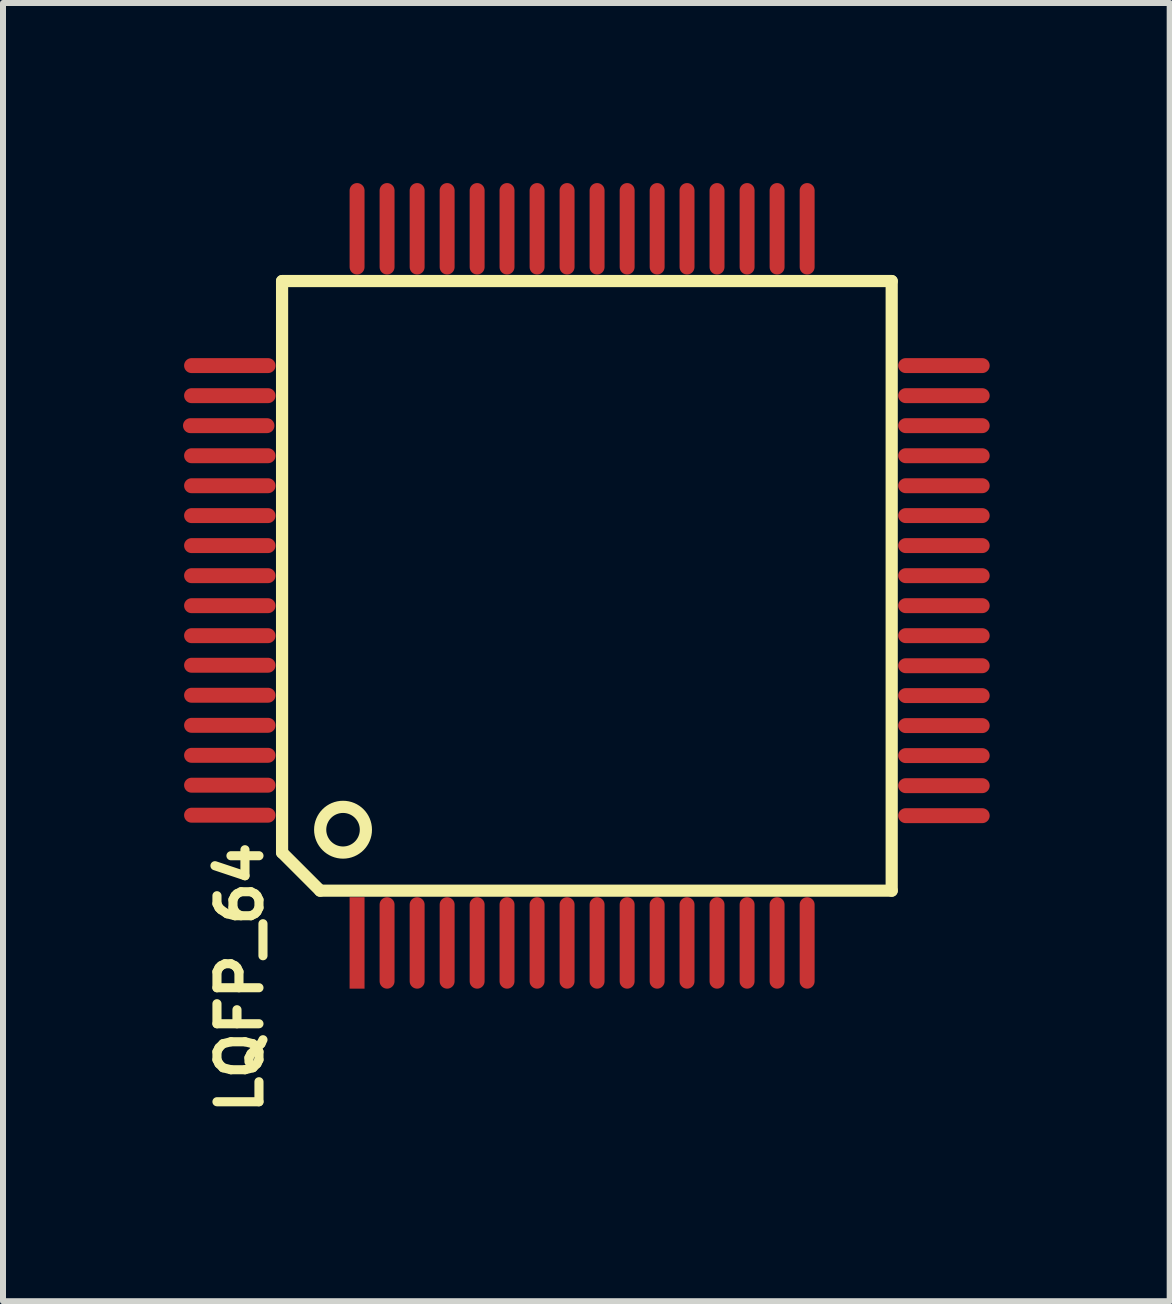
<source format=kicad_pcb>
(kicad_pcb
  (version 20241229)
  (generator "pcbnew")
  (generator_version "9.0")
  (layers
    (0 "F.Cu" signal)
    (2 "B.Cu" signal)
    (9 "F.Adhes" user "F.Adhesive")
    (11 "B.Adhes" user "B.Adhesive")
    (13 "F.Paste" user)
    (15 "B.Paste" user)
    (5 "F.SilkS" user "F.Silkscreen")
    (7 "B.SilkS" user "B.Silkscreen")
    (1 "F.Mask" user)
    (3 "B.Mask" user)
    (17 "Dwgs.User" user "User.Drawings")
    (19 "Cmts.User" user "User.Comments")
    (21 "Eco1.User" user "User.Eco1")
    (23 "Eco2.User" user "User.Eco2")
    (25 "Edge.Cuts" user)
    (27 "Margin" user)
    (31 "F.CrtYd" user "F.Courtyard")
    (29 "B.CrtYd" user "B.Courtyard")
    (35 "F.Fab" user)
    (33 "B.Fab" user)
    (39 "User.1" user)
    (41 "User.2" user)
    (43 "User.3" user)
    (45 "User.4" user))
  (footprint "LQFP_64"
    (layer "F.Cu")
    (at 6.65 6.795)
    (property "Reference" "LQFP_64" (at -5.7 6.45 90) (layer "F.SilkS") (effects (font (size 0.7 0.7) (thickness 0.152))))
    (attr through_hole)
    (fp_line (start -4.999 -5.161) (end -4.999 4.364) (stroke (width 0.203) (type solid)) (layer "F.SilkS"))
    (fp_line (start -4.999 4.364) (end -4.364 4.999) (stroke (width 0.203) (type solid)) (layer "F.SilkS"))
    (fp_line (start -4.364 4.999) (end 5.161 4.999) (stroke (width 0.203) (type solid)) (layer "F.SilkS"))
    (fp_line (start 5.161 -5.161) (end -4.999 -5.161) (stroke (width 0.203) (type solid)) (layer "F.SilkS"))
    (fp_line (start 5.161 4.999) (end 5.161 -5.161) (stroke (width 0.203) (type solid)) (layer "F.SilkS"))
    (fp_circle (center -3.983 3.983) (end -3.983 3.602) (stroke (width 0.203) (type solid)) (fill no) (layer "F.SilkS"))
    (pad "1" smd rect (at -3.749 5.87) (size 0.249 1.524) (layers "F.Cu" "F.Mask" "F.Paste"))
    (pad "2" smd oval (at -3.249 5.87) (size 0.249 1.524) (layers "F.Cu" "F.Mask" "F.Paste"))
    (pad "3" smd oval (at -2.748 5.87) (size 0.249 1.524) (layers "F.Cu" "F.Mask" "F.Paste"))
    (pad "4" smd oval (at -2.248 5.87) (size 0.249 1.524) (layers "F.Cu" "F.Mask" "F.Paste"))
    (pad "5" smd oval (at -1.748 5.87) (size 0.249 1.524) (layers "F.Cu" "F.Mask" "F.Paste"))
    (pad "6" smd oval (at -1.25 5.87) (size 0.249 1.524) (layers "F.Cu" "F.Mask" "F.Paste"))
    (pad "7" smd oval (at -0.749 5.87) (size 0.249 1.524) (layers "F.Cu" "F.Mask" "F.Paste"))
    (pad "8" smd oval (at -0.249 5.87) (size 0.249 1.524) (layers "F.Cu" "F.Mask" "F.Paste"))
    (pad "9" smd oval (at 0.251 5.87) (size 0.249 1.524) (layers "F.Cu" "F.Mask" "F.Paste"))
    (pad "10" smd oval (at 0.752 5.87) (size 0.249 1.524) (layers "F.Cu" "F.Mask" "F.Paste"))
    (pad "11" smd oval (at 1.252 5.87) (size 0.249 1.524) (layers "F.Cu" "F.Mask" "F.Paste"))
    (pad "12" smd oval (at 1.75 5.87) (size 0.249 1.524) (layers "F.Cu" "F.Mask" "F.Paste"))
    (pad "13" smd oval (at 2.25 5.87) (size 0.249 1.524) (layers "F.Cu" "F.Mask" "F.Paste"))
    (pad "14" smd oval (at 2.751 5.87) (size 0.249 1.524) (layers "F.Cu" "F.Mask" "F.Paste"))
    (pad "15" smd oval (at 3.251 5.87) (size 0.249 1.524) (layers "F.Cu" "F.Mask" "F.Paste"))
    (pad "16" smd oval (at 3.752 5.87) (size 0.249 1.524) (layers "F.Cu" "F.Mask" "F.Paste"))
    (pad "17" smd oval (at 6.032 3.749) (size 1.524 0.249) (layers "F.Cu" "F.Mask" "F.Paste"))
    (pad "18" smd oval (at 6.032 3.249) (size 1.524 0.249) (layers "F.Cu" "F.Mask" "F.Paste"))
    (pad "19" smd oval (at 6.032 2.748) (size 1.524 0.249) (layers "F.Cu" "F.Mask" "F.Paste"))
    (pad "20" smd oval (at 6.032 2.248) (size 1.524 0.249) (layers "F.Cu" "F.Mask" "F.Paste"))
    (pad "21" smd oval (at 6.032 1.748) (size 1.524 0.249) (layers "F.Cu" "F.Mask" "F.Paste"))
    (pad "22" smd oval (at 6.032 1.25) (size 1.524 0.249) (layers "F.Cu" "F.Mask" "F.Paste"))
    (pad "23" smd oval (at 6.032 0.749) (size 1.524 0.249) (layers "F.Cu" "F.Mask" "F.Paste"))
    (pad "24" smd oval (at 6.032 0.249) (size 1.524 0.249) (layers "F.Cu" "F.Mask" "F.Paste"))
    (pad "25" smd oval (at 6.032 -0.251) (size 1.524 0.249) (layers "F.Cu" "F.Mask" "F.Paste"))
    (pad "26" smd oval (at 6.032 -0.752) (size 1.524 0.249) (layers "F.Cu" "F.Mask" "F.Paste"))
    (pad "27" smd oval (at 6.032 -1.252) (size 1.524 0.249) (layers "F.Cu" "F.Mask" "F.Paste"))
    (pad "28" smd oval (at 6.032 -1.75) (size 1.524 0.249) (layers "F.Cu" "F.Mask" "F.Paste"))
    (pad "29" smd oval (at 6.032 -2.25) (size 1.524 0.249) (layers "F.Cu" "F.Mask" "F.Paste"))
    (pad "30" smd oval (at 6.032 -2.751) (size 1.524 0.249) (layers "F.Cu" "F.Mask" "F.Paste"))
    (pad "31" smd oval (at 6.032 -3.251) (size 1.524 0.249) (layers "F.Cu" "F.Mask" "F.Paste"))
    (pad "32" smd oval (at 6.032 -3.752) (size 1.524 0.249) (layers "F.Cu" "F.Mask" "F.Paste"))
    (pad "33" smd oval (at 3.752 -6.032) (size 0.249 1.524) (layers "F.Cu" "F.Mask" "F.Paste"))
    (pad "34" smd oval (at 3.251 -6.032) (size 0.249 1.524) (layers "F.Cu" "F.Mask" "F.Paste"))
    (pad "35" smd oval (at 2.751 -6.032) (size 0.249 1.524) (layers "F.Cu" "F.Mask" "F.Paste"))
    (pad "36" smd oval (at 2.25 -6.032) (size 0.249 1.524) (layers "F.Cu" "F.Mask" "F.Paste"))
    (pad "37" smd oval (at 1.75 -6.032) (size 0.249 1.524) (layers "F.Cu" "F.Mask" "F.Paste"))
    (pad "38" smd oval (at 1.252 -6.032) (size 0.249 1.524) (layers "F.Cu" "F.Mask" "F.Paste"))
    (pad "39" smd oval (at 0.752 -6.032) (size 0.249 1.524) (layers "F.Cu" "F.Mask" "F.Paste"))
    (pad "40" smd oval (at 0.251 -6.032) (size 0.249 1.524) (layers "F.Cu" "F.Mask" "F.Paste"))
    (pad "41" smd oval (at -0.249 -6.032) (size 0.249 1.524) (layers "F.Cu" "F.Mask" "F.Paste"))
    (pad "42" smd oval (at -0.749 -6.032) (size 0.249 1.524) (layers "F.Cu" "F.Mask" "F.Paste"))
    (pad "43" smd oval (at -1.25 -6.032) (size 0.249 1.524) (layers "F.Cu" "F.Mask" "F.Paste"))
    (pad "44" smd oval (at -1.748 -6.032) (size 0.249 1.524) (layers "F.Cu" "F.Mask" "F.Paste"))
    (pad "45" smd oval (at -2.248 -6.032) (size 0.249 1.524) (layers "F.Cu" "F.Mask" "F.Paste"))
    (pad "46" smd oval (at -2.748 -6.032) (size 0.249 1.524) (layers "F.Cu" "F.Mask" "F.Paste"))
    (pad "47" smd oval (at -3.249 -6.032) (size 0.249 1.524) (layers "F.Cu" "F.Mask" "F.Paste"))
    (pad "48" smd oval (at -3.749 -6.032) (size 0.249 1.524) (layers "F.Cu" "F.Mask" "F.Paste"))
    (pad "49" smd oval (at -5.87 -3.752) (size 1.524 0.249) (layers "F.Cu" "F.Mask" "F.Paste"))
    (pad "50" smd oval (at -5.87 -3.251) (size 1.524 0.249) (layers "F.Cu" "F.Mask" "F.Paste"))
    (pad "51" smd oval (at -5.888 -2.751) (size 1.524 0.249) (layers "F.Cu" "F.Mask" "F.Paste"))
    (pad "52" smd oval (at -5.87 -2.25) (size 1.524 0.249) (layers "F.Cu" "F.Mask" "F.Paste"))
    (pad "53" smd oval (at -5.87 -1.75) (size 1.524 0.249) (layers "F.Cu" "F.Mask" "F.Paste"))
    (pad "54" smd oval (at -5.87 -1.252) (size 1.524 0.249) (layers "F.Cu" "F.Mask" "F.Paste"))
    (pad "55" smd oval (at -5.87 -0.752) (size 1.524 0.249) (layers "F.Cu" "F.Mask" "F.Paste"))
    (pad "56" smd oval (at -5.87 -0.251) (size 1.524 0.249) (layers "F.Cu" "F.Mask" "F.Paste"))
    (pad "57" smd oval (at -5.87 0.249) (size 1.524 0.249) (layers "F.Cu" "F.Mask" "F.Paste"))
    (pad "58" smd oval (at -5.87 0.749) (size 1.524 0.249) (layers "F.Cu" "F.Mask" "F.Paste"))
    (pad "59" smd oval (at -5.87 1.242) (size 1.524 0.249) (layers "F.Cu" "F.Mask" "F.Paste"))
    (pad "60" smd oval (at -5.87 1.742) (size 1.524 0.249) (layers "F.Cu" "F.Mask" "F.Paste"))
    (pad "61" smd oval (at -5.87 2.243) (size 1.524 0.249) (layers "F.Cu" "F.Mask" "F.Paste"))
    (pad "62" smd oval (at -5.87 2.743) (size 1.524 0.249) (layers "F.Cu" "F.Mask" "F.Paste"))
    (pad "63" smd oval (at -5.87 3.241) (size 1.524 0.249) (layers "F.Cu" "F.Mask" "F.Paste"))
    (pad "64" smd oval (at -5.87 3.741) (size 1.524 0.249) (layers "F.Cu" "F.Mask" "F.Paste")))
  (gr_rect
    (start -3 -3)
    (end 16.444 18.636)
    (stroke (width 0.1) (type default))
    (fill no)
    (layer "Edge.Cuts")))
</source>
